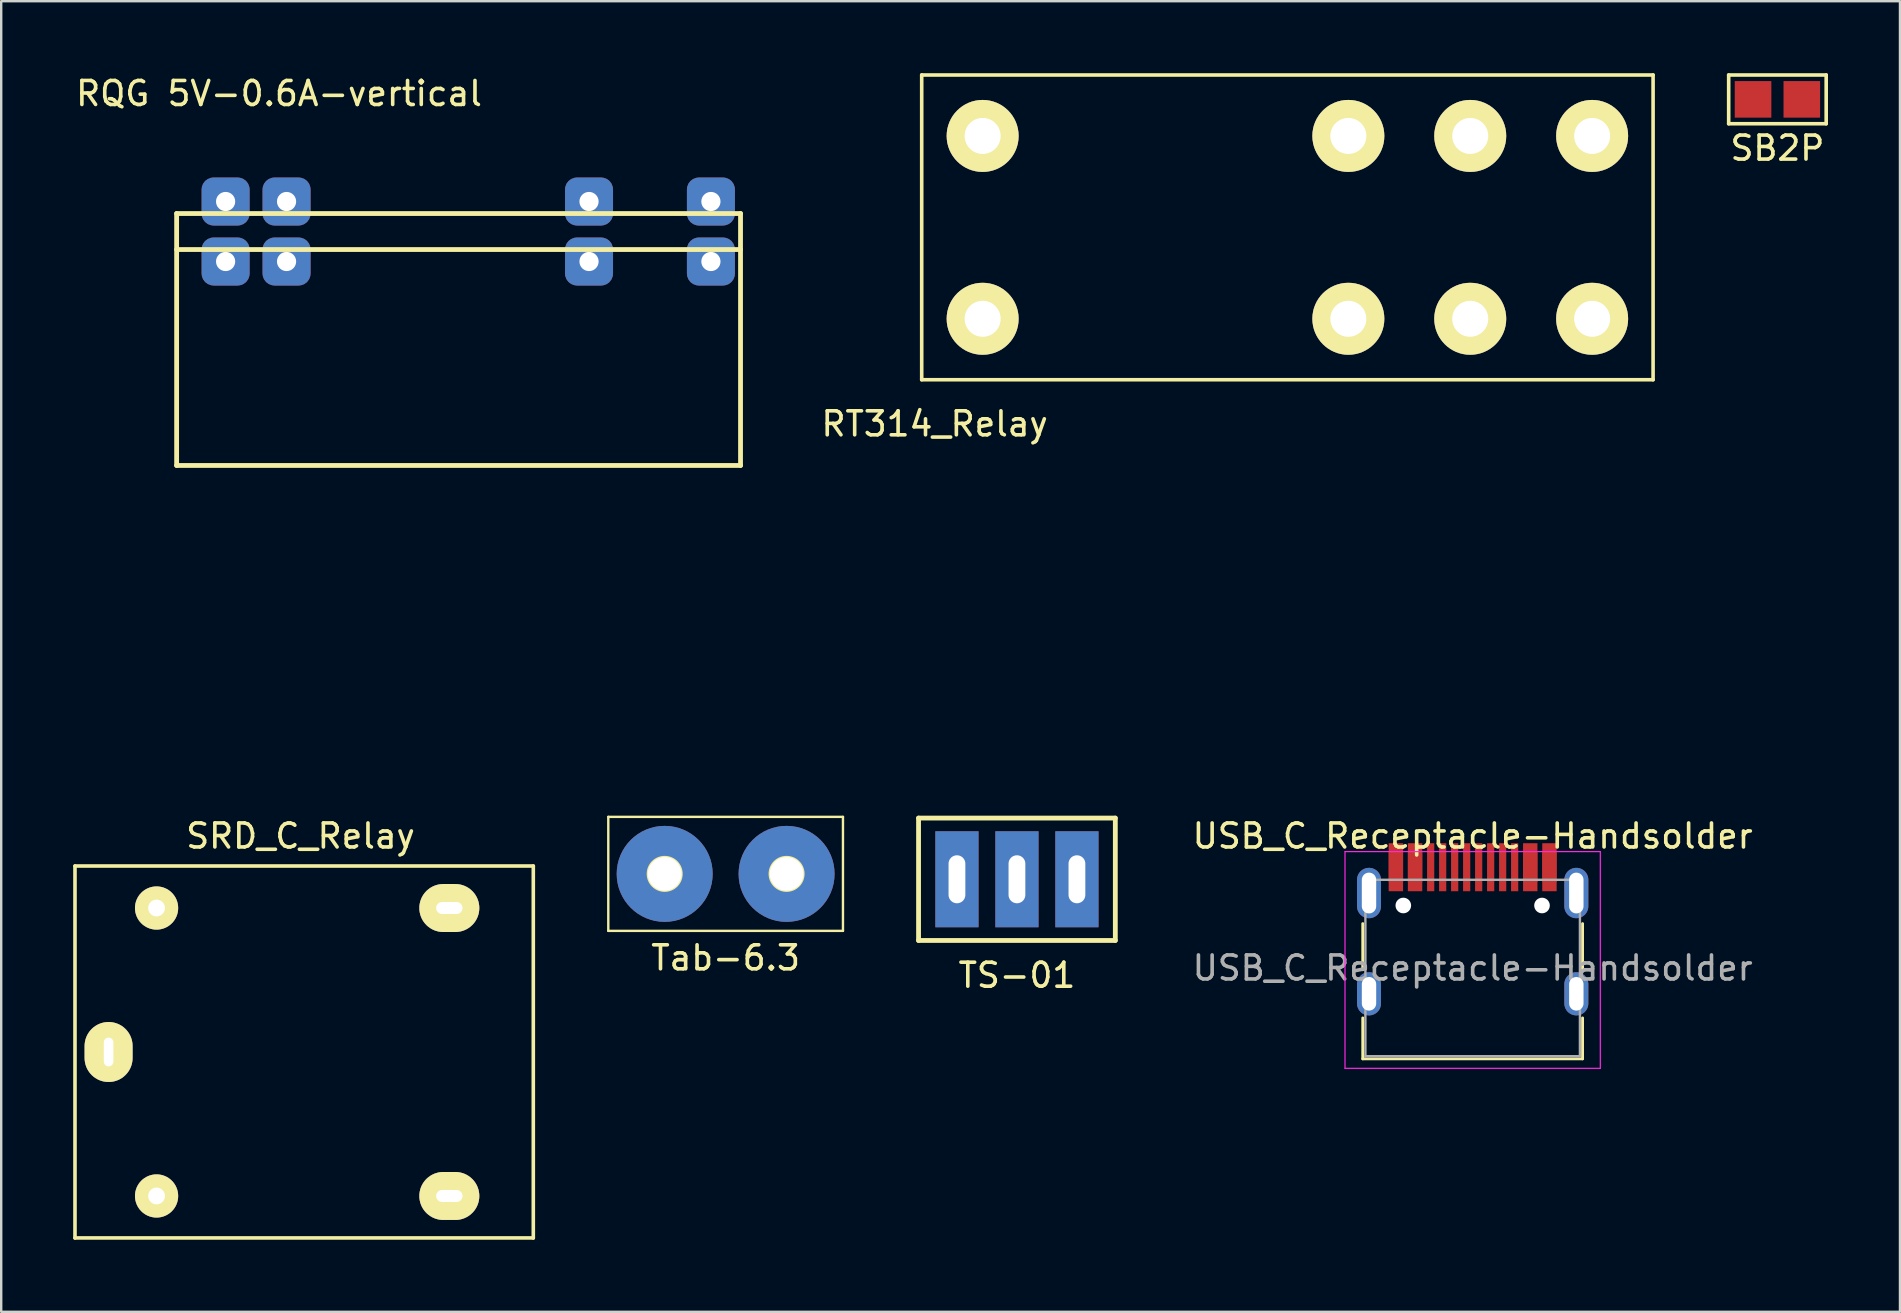
<source format=kicad_pcb>
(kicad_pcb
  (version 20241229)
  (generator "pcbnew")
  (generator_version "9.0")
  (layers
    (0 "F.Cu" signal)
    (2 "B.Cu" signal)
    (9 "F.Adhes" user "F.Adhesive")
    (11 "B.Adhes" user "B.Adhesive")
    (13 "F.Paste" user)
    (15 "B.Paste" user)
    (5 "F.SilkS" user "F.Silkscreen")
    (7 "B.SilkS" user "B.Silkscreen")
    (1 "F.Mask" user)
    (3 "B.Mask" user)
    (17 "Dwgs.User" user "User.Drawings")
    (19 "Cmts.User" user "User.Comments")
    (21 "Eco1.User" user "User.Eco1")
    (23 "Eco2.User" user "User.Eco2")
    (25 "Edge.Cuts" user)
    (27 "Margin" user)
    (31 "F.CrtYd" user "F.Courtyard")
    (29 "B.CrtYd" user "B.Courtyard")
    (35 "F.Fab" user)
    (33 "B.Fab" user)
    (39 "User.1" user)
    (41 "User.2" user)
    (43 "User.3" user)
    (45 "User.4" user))
  (footprint "USB_C_Receptacle-Handsolder"
    (layer "F.Cu")
    (at 58.322 37.291)
    (property "Reference" "USB_C_Receptacle-Handsolder" (at 0 -5.5 0) (layer "F.SilkS") (effects (font (size 1 1) (thickness 0.15))))
    (attr smd)
    (fp_line (start -4.58 -1.85) (end -4.58 0.07) (stroke (width 0.12) (type solid)) (layer "F.SilkS"))
    (fp_line (start -4.58 3.785) (end -4.58 2.08) (stroke (width 0.12) (type solid)) (layer "F.SilkS"))
    (fp_line (start 4.58 0.07) (end 4.58 -1.85) (stroke (width 0.12) (type solid)) (layer "F.SilkS"))
    (fp_line (start 4.58 2.08) (end 4.58 3.785) (stroke (width 0.12) (type solid)) (layer "F.SilkS"))
    (fp_line (start 4.58 3.785) (end -4.58 3.785) (stroke (width 0.12) (type solid)) (layer "F.SilkS"))
    (fp_line (start -5.32 -4.85) (end 5.32 -4.85) (stroke (width 0.05) (type solid)) (layer "F.CrtYd"))
    (fp_line (start -5.32 4.18) (end -5.32 -4.85) (stroke (width 0.05) (type solid)) (layer "F.CrtYd"))
    (fp_line (start 5.32 -4.85) (end 5.32 4.18) (stroke (width 0.05) (type solid)) (layer "F.CrtYd"))
    (fp_line (start 5.32 4.18) (end -5.32 4.18) (stroke (width 0.05) (type solid)) (layer "F.CrtYd"))
    (fp_line (start -4.47 -3.675) (end -4.47 3.675) (stroke (width 0.1) (type solid)) (layer "F.Fab"))
    (fp_line (start -4.47 -3.675) (end 4.47 -3.675) (stroke (width 0.1) (type solid)) (layer "F.Fab"))
    (fp_line (start -4.47 3.675) (end 4.47 3.675) (stroke (width 0.1) (type solid)) (layer "F.Fab"))
    (fp_line (start 4.47 3.675) (end 4.47 -3.675) (stroke (width 0.1) (type solid)) (layer "F.Fab"))
    (fp_text user "${REFERENCE}" (at 0 0 0) (layer "F.Fab") (effects (font (size 1 1) (thickness 0.15))))
    (pad "" np_thru_hole circle (at -2.89 -2.605) (size 0.65 0.65) (drill 0.65) (layers "*.Cu" "*.Mask"))
    (pad "" np_thru_hole circle (at 2.89 -2.605) (size 0.65 0.65) (drill 0.65) (layers "*.Cu" "*.Mask"))
    (pad "A1" smd rect (at -3.2 -4.2) (size 0.6 1.24) (layers "F.Cu" "F.Mask" "F.Paste"))
    (pad "A4" smd rect (at -2.4 -4.2) (size 0.6 1.24) (layers "F.Cu" "F.Mask" "F.Paste"))
    (pad "A5" smd rect (at -1.25 -4.2) (size 0.3 2) (layers "F.Cu" "F.Mask" "F.Paste"))
    (pad "A6" smd rect (at -0.25 -4.2) (size 0.3 2) (layers "F.Cu" "F.Mask" "F.Paste"))
    (pad "A7" smd rect (at 0.25 -4.2) (size 0.3 2) (layers "F.Cu" "F.Mask" "F.Paste"))
    (pad "A8" smd rect (at 1.25 -4.2) (size 0.3 2) (layers "F.Cu" "F.Mask" "F.Paste"))
    (pad "A9" smd rect (at 2.4 -4.2) (size 0.6 1.24) (layers "F.Cu" "F.Mask" "F.Paste"))
    (pad "A12" smd rect (at 3.2 -4.2) (size 0.6 1.24) (layers "F.Cu" "F.Mask" "F.Paste"))
    (pad "B1" smd rect (at 3.2 -4.2) (size 0.6 2) (layers "F.Cu" "F.Mask" "F.Paste"))
    (pad "B4" smd rect (at 2.4 -4.2) (size 0.6 2) (layers "F.Cu" "F.Mask" "F.Paste"))
    (pad "B5" smd rect (at 1.75 -4.2) (size 0.3 2) (layers "F.Cu" "F.Mask" "F.Paste"))
    (pad "B6" smd rect (at 0.75 -4.2) (size 0.3 2) (layers "F.Cu" "F.Mask" "F.Paste"))
    (pad "B7" smd rect (at -0.75 -4.2) (size 0.3 2) (layers "F.Cu" "F.Mask" "F.Paste"))
    (pad "B8" smd rect (at -1.75 -4.2) (size 0.3 2) (layers "F.Cu" "F.Mask" "F.Paste"))
    (pad "B9" smd rect (at -2.4 -4.2) (size 0.6 2) (layers "F.Cu" "F.Mask" "F.Paste"))
    (pad "B12" smd rect (at -3.2 -4.2) (size 0.6 2) (layers "F.Cu" "F.Mask" "F.Paste"))
    (pad "S1" thru_hole oval (at -4.32 -3.125) (size 1 2.1) (drill oval 0.6 1.7) (layers "*.Cu" "*.Mask"))
    (pad "S1" thru_hole oval (at -4.32 1.075) (size 1 1.8) (drill oval 0.6 1.4) (layers "*.Cu" "*.Mask"))
    (pad "S1" thru_hole oval (at 4.32 -3.125) (size 1 2.1) (drill oval 0.6 1.7) (layers "*.Cu" "*.Mask"))
    (pad "S1" thru_hole oval (at 4.32 1.075) (size 1 1.8) (drill oval 0.6 1.4) (layers "*.Cu" "*.Mask")))
  (footprint "TS-01"
    (layer "F.Cu")
    (at 39.33 33.593)
    (property "Reference" "TS-01" (at 0 4 0) (layer "F.SilkS") (effects (font (size 1 1) (thickness 0.15))))
    (attr through_hole)
    (fp_line (start -4.1 -2.55) (end 4.1 -2.55) (stroke (width 0.2) (type solid)) (layer "F.SilkS"))
    (fp_line (start -4.1 2.55) (end -4.1 -2.55) (stroke (width 0.2) (type solid)) (layer "F.SilkS"))
    (fp_line (start -4.1 2.55) (end 4.1 2.55) (stroke (width 0.2) (type solid)) (layer "F.SilkS"))
    (fp_line (start 4.1 2.55) (end 4.1 -2.55) (stroke (width 0.2) (type solid)) (layer "F.SilkS"))
    (pad "1" thru_hole rect (at -2.5 0) (size 1.8 4) (drill oval 0.7 2) (layers "*.Cu" "*.Mask"))
    (pad "2" thru_hole rect (at 0 0) (size 1.8 4) (drill oval 0.7 2) (layers "*.Cu" "*.Mask"))
    (pad "3" thru_hole rect (at 2.5 0) (size 1.8 4) (drill oval 0.7 2) (layers "*.Cu" "*.Mask")))
  (footprint "Tab-6.3"
    (layer "F.Cu")
    (at 27.19 33.368)
    (property "Reference" "Tab-6.3" (at 0 3.5 0) (layer "F.SilkS") (effects (font (size 1 1) (thickness 0.15))))
    (attr through_hole)
    (fp_line (start -4.89 2.375) (end -4.89 -2.375) (stroke (width 0.1) (type solid)) (layer "F.SilkS"))
    (fp_line (start 4.89 -2.375) (end -4.89 -2.375) (stroke (width 0.1) (type solid)) (layer "F.SilkS"))
    (fp_line (start 4.89 2.375) (end -4.89 2.375) (stroke (width 0.1) (type solid)) (layer "F.SilkS"))
    (fp_line (start 4.89 2.375) (end 4.89 -2.375) (stroke (width 0.1) (type solid)) (layer "F.SilkS"))
    (fp_circle (center -2.54 0) (end -1.84 0) (stroke (width 0.1) (type solid)) (fill no) (layer "F.SilkS"))
    (fp_circle (center 2.54 0) (end 3.24 0) (stroke (width 0.1) (type solid)) (fill no) (layer "F.SilkS"))
    (pad "1" thru_hole circle (at -2.54 0) (size 4 4) (drill 1.4) (layers "*.Cu" "*.Mask"))
    (pad "1" thru_hole circle (at 2.54 0) (size 4 4) (drill 1.4) (layers "*.Cu" "*.Mask")))
  (footprint "RT314_Relay"
    (layer "F.Cu")
    (at 37.901 10.235)
    (property "Reference" "RT314_Relay" (at -2 4.38 0) (layer "F.SilkS") (effects (font (size 1 1) (thickness 0.15))))
    (attr through_hole)
    (fp_line (start -2.54 -10.16) (end 27.94 -10.16) (stroke (width 0.15) (type solid)) (layer "F.SilkS"))
    (fp_line (start -2.54 2.54) (end -2.54 -10.16) (stroke (width 0.15) (type solid)) (layer "F.SilkS"))
    (fp_line (start -2.54 2.54) (end 27.94 2.54) (stroke (width 0.15) (type solid)) (layer "F.SilkS"))
    (fp_line (start 27.94 -10.16) (end 27.94 2.54) (stroke (width 0.15) (type solid)) (layer "F.SilkS"))
    (pad "1" thru_hole circle (at 0 0) (size 3 3) (drill 1.5) (layers "*.Cu" "*.Mask" "F.SilkS"))
    (pad "2" thru_hole circle (at 0 -7.62) (size 3 3) (drill 1.5) (layers "*.Cu" "*.Mask" "F.SilkS"))
    (pad "11" thru_hole circle (at 20.32 0) (size 3 3) (drill 1.5) (layers "*.Cu" "*.Mask" "F.SilkS"))
    (pad "12" thru_hole circle (at 15.24 0) (size 3 3) (drill 1.5) (layers "*.Cu" "*.Mask" "F.SilkS"))
    (pad "14" thru_hole circle (at 25.4 0) (size 3 3) (drill 1.5) (layers "*.Cu" "*.Mask" "F.SilkS"))
    (pad "21" thru_hole circle (at 20.32 -7.62) (size 3 3) (drill 1.5) (layers "*.Cu" "*.Mask" "F.SilkS"))
    (pad "22" thru_hole circle (at 15.24 -7.62) (size 3 3) (drill 1.5) (layers "*.Cu" "*.Mask" "F.SilkS"))
    (pad "24" thru_hole circle (at 25.4 -7.62) (size 3 3) (drill 1.5) (layers "*.Cu" "*.Mask" "F.SilkS")))
  (footprint "RQG 5V-0.6A-vertical"
    (layer "F.Cu")
    (at 27.811 27.693)
    (property "Reference" "RQG 5V-0.6A-vertical" (at -19.234 -26.845 0) (unlocked yes) (layer "F.SilkS") (effects (font (size 1 1) (thickness 0.15))))
    (attr through_hole)
    (fp_line (start -23.5 -21.845) (end -23.5 -11.345) (stroke (width 0.2) (type solid)) (layer "F.SilkS"))
    (fp_line (start -23.5 -20.345) (end 0 -20.345) (stroke (width 0.2) (type solid)) (layer "F.SilkS"))
    (fp_line (start -23.5 -11.345) (end 0 -11.345) (stroke (width 0.2) (type solid)) (layer "F.SilkS"))
    (fp_line (start 0 -21.845) (end -23.5 -21.845) (stroke (width 0.2) (type solid)) (layer "F.SilkS"))
    (fp_line (start 0 -11.345) (end 0 -21.845) (stroke (width 0.2) (type solid)) (layer "F.SilkS"))
    (pad "1" thru_hole roundrect (at -1.234 -22.345) (size 2 2) (drill 0.8) (layers "*.Cu" "*.Mask") (roundrect_rratio 0.25))
    (pad "1" thru_hole roundrect (at -1.234 -19.845) (size 2 2) (drill 0.8) (layers "*.Cu" "*.Mask") (roundrect_rratio 0.25))
    (pad "2" thru_hole roundrect (at -6.314 -22.345) (size 2 2) (drill 0.8) (layers "*.Cu" "*.Mask") (roundrect_rratio 0.25))
    (pad "2" thru_hole roundrect (at -6.314 -19.845) (size 2 2) (drill 0.8) (layers "*.Cu" "*.Mask") (roundrect_rratio 0.25))
    (pad "3" thru_hole roundrect (at -21.459 -22.345) (size 2 2) (drill 0.8) (layers "*.Cu" "*.Mask") (roundrect_rratio 0.25))
    (pad "3" thru_hole roundrect (at -21.459 -19.845) (size 2 2) (drill 0.8) (layers "*.Cu" "*.Mask") (roundrect_rratio 0.25))
    (pad "4" thru_hole roundrect (at -18.919 -22.345) (size 2 2) (drill 0.8) (layers "*.Cu" "*.Mask") (roundrect_rratio 0.25))
    (pad "4" thru_hole roundrect (at -18.919 -19.845) (size 2 2) (drill 0.8) (layers "*.Cu" "*.Mask") (roundrect_rratio 0.25)))
  (footprint "SB2P"
    (layer "F.Cu")
    (at 71.023 1.091)
    (property "Reference" "SB2P" (at 0 2.032 0) (layer "F.SilkS") (effects (font (size 1 1) (thickness 0.15))))
    (attr through_hole)
    (fp_line (start -2.032 -1.016) (end -2.032 1.016) (stroke (width 0.15) (type solid)) (layer "F.SilkS"))
    (fp_line (start -2.032 1.016) (end 2.032 1.016) (stroke (width 0.15) (type solid)) (layer "F.SilkS"))
    (fp_line (start 2.032 -1.016) (end -2.032 -1.016) (stroke (width 0.15) (type solid)) (layer "F.SilkS"))
    (fp_line (start 2.032 1.016) (end 2.032 -1.016) (stroke (width 0.15) (type solid)) (layer "F.SilkS"))
    (pad "1" smd rect (at -1.016 0) (size 1.524 1.524) (layers "F.Cu" "F.Mask" "F.Paste"))
    (pad "2" smd rect (at 1.016 0) (size 1.524 1.524) (layers "F.Cu" "F.Mask" "F.Paste")))
  (footprint "SRD_C_Relay"
    (layer "F.Cu")
    (at 1.475 40.791)
    (property "Reference" "SRD_C_Relay" (at 8 -9 0) (layer "F.SilkS") (effects (font (size 1 1) (thickness 0.15))))
    (attr through_hole)
    (fp_line (start -1.4 -7.75) (end 17.7 -7.75) (stroke (width 0.15) (type solid)) (layer "F.SilkS"))
    (fp_line (start -1.4 7.75) (end -1.4 -7.75) (stroke (width 0.15) (type solid)) (layer "F.SilkS"))
    (fp_line (start -1.4 7.75) (end 17.7 7.75) (stroke (width 0.15) (type solid)) (layer "F.SilkS"))
    (fp_line (start 17.7 -7.75) (end 17.7 7.75) (stroke (width 0.15) (type solid)) (layer "F.SilkS"))
    (pad "1" thru_hole circle (at 2 6) (size 1.8 1.8) (drill 0.7) (layers "*.Cu" "*.Mask" "F.SilkS"))
    (pad "2" thru_hole oval (at 14.2 6) (size 2.5 2) (drill oval 1.1 0.5) (layers "*.Cu" "*.Mask" "F.SilkS"))
    (pad "3" thru_hole oval (at 14.2 -6) (size 2.5 2) (drill oval 1.1 0.5) (layers "*.Cu" "*.Mask" "F.SilkS"))
    (pad "4" thru_hole circle (at 2 -6) (size 1.8 1.8) (drill 0.7) (layers "*.Cu" "*.Mask" "F.SilkS"))
    (pad "5" thru_hole oval (at 0 0) (size 2 2.5) (drill oval 0.4 1.2) (layers "*.Cu" "*.Mask" "F.SilkS")))
  (gr_rect
    (start -3 -3)
    (end 76.13 51.617)
    (stroke (width 0.1) (type default))
    (fill no)
    (layer "Edge.Cuts")))
</source>
